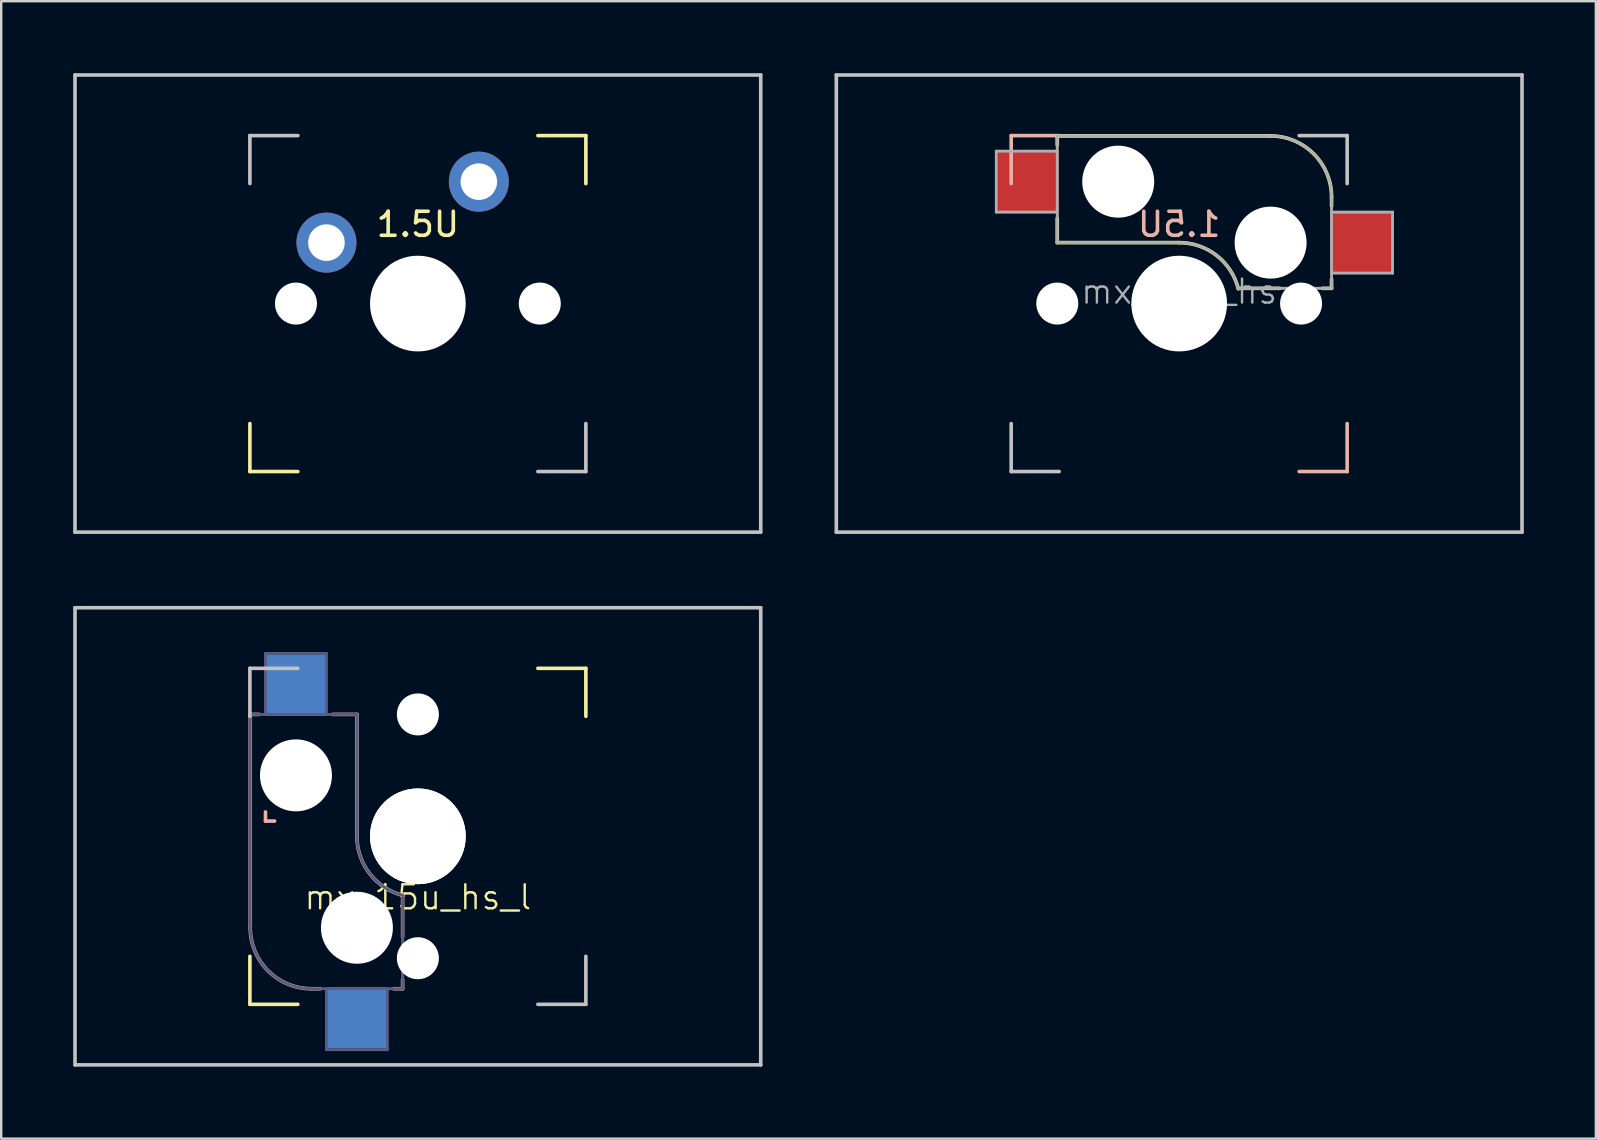
<source format=kicad_pcb>
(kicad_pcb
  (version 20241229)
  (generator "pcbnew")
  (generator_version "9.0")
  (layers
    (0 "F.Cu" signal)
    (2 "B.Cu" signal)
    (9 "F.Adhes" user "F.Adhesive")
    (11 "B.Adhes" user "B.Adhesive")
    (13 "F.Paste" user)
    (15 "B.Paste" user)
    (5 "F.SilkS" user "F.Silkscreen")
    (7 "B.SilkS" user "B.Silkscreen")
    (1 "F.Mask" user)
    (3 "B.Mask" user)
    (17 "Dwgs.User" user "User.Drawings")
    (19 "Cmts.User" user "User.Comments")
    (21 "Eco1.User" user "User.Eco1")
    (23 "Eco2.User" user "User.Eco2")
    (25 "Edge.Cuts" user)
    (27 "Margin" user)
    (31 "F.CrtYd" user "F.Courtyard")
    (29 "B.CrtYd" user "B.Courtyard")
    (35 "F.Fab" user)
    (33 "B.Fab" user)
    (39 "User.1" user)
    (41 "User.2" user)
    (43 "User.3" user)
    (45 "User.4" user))
  (footprint "mx_15u"
    (layer "F.Cu")
    (at 14.363 9.6)
    (property "Reference" "mx_15u" (at 0 3.429 0) (layer "User.1") (effects (font (size 1 1) (thickness 0.15))))
    (attr through_hole)
    (fp_line (start -7 5) (end -7 7) (stroke (width 0.15) (type solid)) (layer "F.SilkS"))
    (fp_line (start -7 7) (end -5 7) (stroke (width 0.15) (type solid)) (layer "F.SilkS"))
    (fp_line (start 5 -7) (end 7 -7) (stroke (width 0.15) (type solid)) (layer "F.SilkS"))
    (fp_line (start 7 -7) (end 7 -5) (stroke (width 0.15) (type solid)) (layer "F.SilkS"))
    (fp_line (start -14.287 -9.525) (end 14.287 -9.525) (stroke (width 0.15) (type solid)) (layer "Dwgs.User"))
    (fp_line (start -14.287 9.525) (end -14.287 -9.525) (stroke (width 0.15) (type solid)) (layer "Dwgs.User"))
    (fp_line (start -14.287 9.525) (end 14.287 9.525) (stroke (width 0.15) (type solid)) (layer "Dwgs.User"))
    (fp_line (start -7 -7) (end -7 -5) (stroke (width 0.15) (type solid)) (layer "Dwgs.User"))
    (fp_line (start -5 -7) (end -7 -7) (stroke (width 0.15) (type solid)) (layer "Dwgs.User"))
    (fp_line (start 5 7) (end 7 7) (stroke (width 0.15) (type solid)) (layer "Dwgs.User"))
    (fp_line (start 7 7) (end 7 5) (stroke (width 0.15) (type solid)) (layer "Dwgs.User"))
    (fp_line (start 14.287 -9.525) (end 14.287 9.525) (stroke (width 0.15) (type solid)) (layer "Dwgs.User"))
    (fp_text user "1.5U" (at 0 -3.302 0) (layer "F.SilkS") (effects (font (size 1 1) (thickness 0.15))))
    (pad "" np_thru_hole circle (at -5.08 0 48.1) (size 1.75 1.75) (drill 1.75) (layers "*.Cu" "*.Mask"))
    (pad "" np_thru_hole circle (at 0 0) (size 3.988 3.988) (drill 3.988) (layers "*.Cu" "*.Mask"))
    (pad "" np_thru_hole circle (at 5.08 0 48.1) (size 1.75 1.75) (drill 1.75) (layers "*.Cu" "*.Mask"))
    (pad "1" thru_hole circle (at -3.81 -2.54) (size 2.5 2.5) (drill 1.524) (layers "*.Cu" "B.Mask"))
    (pad "2" thru_hole circle (at 2.54 -5.08) (size 2.5 2.5) (drill 1.524) (layers "*.Cu" "B.Mask")))
  (footprint "mx_15u_hs_l"
    (layer "F.Cu")
    (at 14.363 31.8)
    (property "Reference" "mx_15u_hs_l" (at 0 2.54 0) (unlocked yes) (layer "F.SilkS") (effects (font (size 1 1) (thickness 0.1))))
    (attr smd)
    (fp_line (start -7 5) (end -7 7) (stroke (width 0.15) (type solid)) (layer "F.SilkS"))
    (fp_line (start -7 7) (end -5 7) (stroke (width 0.15) (type solid)) (layer "F.SilkS"))
    (fp_line (start 5 -7) (end 7 -7) (stroke (width 0.15) (type solid)) (layer "F.SilkS"))
    (fp_line (start 7 -7) (end 7 -5) (stroke (width 0.15) (type solid)) (layer "F.SilkS"))
    (fp_line (start -6.985 -5.08) (end -6.604 -5.08) (stroke (width 0.15) (type solid)) (layer "B.SilkS"))
    (fp_line (start -6.985 3.81) (end -6.985 -5.08) (stroke (width 0.15) (type solid)) (layer "B.SilkS"))
    (fp_line (start -6.35 -1.016) (end -6.35 -0.635) (stroke (width 0.15) (type solid)) (layer "B.SilkS"))
    (fp_line (start -5.969 -0.635) (end -6.35 -0.635) (stroke (width 0.15) (type solid)) (layer "B.SilkS"))
    (fp_line (start -4.445 6.35) (end -4.064 6.35) (stroke (width 0.15) (type solid)) (layer "B.SilkS"))
    (fp_line (start -3.556 -5.08) (end -2.54 -5.08) (stroke (width 0.15) (type solid)) (layer "B.SilkS"))
    (fp_line (start -2.54 -5.08) (end -2.54 0) (stroke (width 0.15) (type solid)) (layer "B.SilkS"))
    (fp_line (start -1.016 6.35) (end -0.635 6.35) (stroke (width 0.15) (type solid)) (layer "B.SilkS"))
    (fp_line (start -0.635 2.464) (end -0.635 4.191) (stroke (width 0.15) (type solid)) (layer "B.SilkS"))
    (fp_line (start -0.635 5.969) (end -0.635 6.35) (stroke (width 0.15) (type solid)) (layer "B.SilkS"))
    (fp_arc (start -4.444999 6.35) (mid -6.24105 5.606051) (end -6.984999 3.81) (stroke (width 0.15) (type solid)) (layer "B.SilkS"))
    (fp_arc (start -0.616039 2.464162) (mid -2.002041 1.563147) (end -2.539999 0) (stroke (width 0.15) (type solid)) (layer "B.SilkS"))
    (fp_line (start -14.287 -9.525) (end 14.287 -9.525) (stroke (width 0.15) (type solid)) (layer "Dwgs.User"))
    (fp_line (start -14.287 9.525) (end -14.287 -9.525) (stroke (width 0.15) (type solid)) (layer "Dwgs.User"))
    (fp_line (start -14.287 9.525) (end 14.287 9.525) (stroke (width 0.15) (type solid)) (layer "Dwgs.User"))
    (fp_line (start -7 -7) (end -7 -5) (stroke (width 0.15) (type solid)) (layer "Dwgs.User"))
    (fp_line (start -5 -7) (end -7 -7) (stroke (width 0.15) (type solid)) (layer "Dwgs.User"))
    (fp_line (start 5 7) (end 7 7) (stroke (width 0.15) (type solid)) (layer "Dwgs.User"))
    (fp_line (start 7 7) (end 7 5) (stroke (width 0.15) (type solid)) (layer "Dwgs.User"))
    (fp_line (start 14.287 -9.525) (end 14.287 9.525) (stroke (width 0.15) (type solid)) (layer "Dwgs.User"))
    (fp_line (start -6.985 -5.08) (end -2.54 -5.08) (stroke (width 0.12) (type solid)) (layer "B.Fab"))
    (fp_line (start -6.985 3.81) (end -6.985 -5.08) (stroke (width 0.12) (type solid)) (layer "B.Fab"))
    (fp_line (start -6.35 -7.62) (end -3.81 -7.62) (stroke (width 0.12) (type solid)) (layer "B.Fab"))
    (fp_line (start -6.35 -5.08) (end -6.35 -7.62) (stroke (width 0.12) (type solid)) (layer "B.Fab"))
    (fp_line (start -3.81 -7.62) (end -3.81 -5.08) (stroke (width 0.12) (type solid)) (layer "B.Fab"))
    (fp_line (start -3.81 8.89) (end -3.81 6.35) (stroke (width 0.12) (type solid)) (layer "B.Fab"))
    (fp_line (start -2.54 -5.08) (end -2.54 0) (stroke (width 0.12) (type solid)) (layer "B.Fab"))
    (fp_line (start -1.27 6.35) (end -1.27 8.89) (stroke (width 0.12) (type solid)) (layer "B.Fab"))
    (fp_line (start -1.27 8.89) (end -3.81 8.89) (stroke (width 0.12) (type solid)) (layer "B.Fab"))
    (fp_line (start -0.635 6.35) (end -4.445 6.35) (stroke (width 0.12) (type solid)) (layer "B.Fab"))
    (fp_line (start -0.635 6.35) (end -0.635 2.54) (stroke (width 0.12) (type solid)) (layer "B.Fab"))
    (fp_arc (start -4.444999 6.35) (mid -6.24105 5.606051) (end -6.984999 3.81) (stroke (width 0.12) (type solid)) (layer "B.Fab"))
    (fp_arc (start -0.616039 2.464162) (mid -2.002041 1.563147) (end -2.539999 0) (stroke (width 0.12) (type solid)) (layer "B.Fab"))
    (pad "" np_thru_hole circle (at -5.08 -2.54 90) (size 3 3) (drill 3) (layers "*.Cu" "*.Mask"))
    (pad "" np_thru_hole circle (at -2.54 3.81 90) (size 3 3) (drill 3) (layers "*.Cu" "*.Mask"))
    (pad "" np_thru_hole circle (at 0 -5.08 138.1) (size 1.75 1.75) (drill 1.75) (layers "*.Cu" "*.Mask"))
    (pad "" np_thru_hole circle (at 0 0) (size 3.988 3.988) (drill 3.988) (layers "*.Cu" "*.Mask"))
    (pad "" np_thru_hole circle (at 0 0 90) (size 3.988 3.988) (drill 3.988) (layers "*.Cu" "*.Mask"))
    (pad "" np_thru_hole circle (at 0 5.08 138.1) (size 1.75 1.75) (drill 1.75) (layers "*.Cu" "*.Mask"))
    (pad "1" smd rect (at -2.54 7.56 90) (size 2.55 2.5) (layers "B.Cu" "B.Mask" "B.Paste"))
    (pad "2" smd rect (at -5.08 -6.29 90) (size 2.55 2.5) (layers "B.Cu" "B.Mask" "B.Paste")))
  (footprint "mx_15u_hs"
    (layer "F.Cu")
    (at 46.087 9.6)
    (property "Reference" "mx_15u_hs" (at 0 -0.5 0) (unlocked yes) (layer "F.Fab") (effects (font (size 1 1) (thickness 0.1))))
    (attr smd)
    (fp_line (start -5.08 -6.985) (end -5.08 -6.604) (stroke (width 0.15) (type solid)) (layer "F.SilkS"))
    (fp_line (start -5.08 -3.556) (end -5.08 -2.54) (stroke (width 0.15) (type solid)) (layer "F.SilkS"))
    (fp_line (start -5.08 -2.54) (end 0 -2.54) (stroke (width 0.15) (type solid)) (layer "F.SilkS"))
    (fp_line (start 2.464 -0.635) (end 4.191 -0.635) (stroke (width 0.15) (type solid)) (layer "F.SilkS"))
    (fp_line (start 3.81 -6.985) (end -5.08 -6.985) (stroke (width 0.15) (type solid)) (layer "F.SilkS"))
    (fp_line (start 5.969 -0.635) (end 6.35 -0.635) (stroke (width 0.15) (type solid)) (layer "F.SilkS"))
    (fp_line (start 6.35 -4.445) (end 6.35 -4.064) (stroke (width 0.15) (type solid)) (layer "F.SilkS"))
    (fp_line (start 6.35 -1.016) (end 6.35 -0.635) (stroke (width 0.15) (type solid)) (layer "F.SilkS"))
    (fp_arc (start 0 -2.539999) (mid 1.563147 -2.002041) (end 2.464162 -0.616039) (stroke (width 0.15) (type solid)) (layer "F.SilkS"))
    (fp_arc (start 3.81 -6.984999) (mid 5.606051 -6.24105) (end 6.35 -4.444999) (stroke (width 0.15) (type solid)) (layer "F.SilkS"))
    (fp_line (start -7 -7) (end -7 -5) (stroke (width 0.15) (type solid)) (layer "B.SilkS"))
    (fp_line (start -5 -7) (end -7 -7) (stroke (width 0.15) (type solid)) (layer "B.SilkS"))
    (fp_line (start 7 5) (end 7 7) (stroke (width 0.15) (type solid)) (layer "B.SilkS"))
    (fp_line (start 7 7) (end 5 7) (stroke (width 0.15) (type solid)) (layer "B.SilkS"))
    (fp_line (start -14.287 -9.525) (end -14.287 9.525) (stroke (width 0.15) (type solid)) (layer "Dwgs.User"))
    (fp_line (start -7 7) (end -7 5) (stroke (width 0.15) (type solid)) (layer "Dwgs.User"))
    (fp_line (start -5 7) (end -7 7) (stroke (width 0.15) (type solid)) (layer "Dwgs.User"))
    (fp_line (start 5 -7) (end 7 -7) (stroke (width 0.15) (type solid)) (layer "Dwgs.User"))
    (fp_line (start 7 -7) (end 7 -5) (stroke (width 0.15) (type solid)) (layer "Dwgs.User"))
    (fp_line (start 14.287 -9.525) (end -14.287 -9.525) (stroke (width 0.15) (type solid)) (layer "Dwgs.User"))
    (fp_line (start 14.287 9.525) (end -14.287 9.525) (stroke (width 0.15) (type solid)) (layer "Dwgs.User"))
    (fp_line (start 14.287 9.525) (end 14.287 -9.525) (stroke (width 0.15) (type solid)) (layer "Dwgs.User"))
    (fp_line (start -7.62 -6.35) (end -7.62 -3.81) (stroke (width 0.12) (type solid)) (layer "F.Fab"))
    (fp_line (start -7.62 -3.81) (end -5.08 -3.81) (stroke (width 0.12) (type solid)) (layer "F.Fab"))
    (fp_line (start -5.08 -6.985) (end -5.08 -2.54) (stroke (width 0.12) (type solid)) (layer "F.Fab"))
    (fp_line (start -5.08 -6.35) (end -7.62 -6.35) (stroke (width 0.12) (type solid)) (layer "F.Fab"))
    (fp_line (start -5.08 -2.54) (end 0 -2.54) (stroke (width 0.12) (type solid)) (layer "F.Fab"))
    (fp_line (start 3.81 -6.985) (end -5.08 -6.985) (stroke (width 0.12) (type solid)) (layer "F.Fab"))
    (fp_line (start 6.35 -1.27) (end 8.89 -1.27) (stroke (width 0.12) (type solid)) (layer "F.Fab"))
    (fp_line (start 6.35 -0.635) (end 2.54 -0.635) (stroke (width 0.12) (type solid)) (layer "F.Fab"))
    (fp_line (start 6.35 -0.635) (end 6.35 -4.445) (stroke (width 0.12) (type solid)) (layer "F.Fab"))
    (fp_line (start 8.89 -3.81) (end 6.35 -3.81) (stroke (width 0.12) (type solid)) (layer "F.Fab"))
    (fp_line (start 8.89 -1.27) (end 8.89 -3.81) (stroke (width 0.12) (type solid)) (layer "F.Fab"))
    (fp_arc (start 0 -2.539999) (mid 1.563147 -2.002041) (end 2.464162 -0.616039) (stroke (width 0.12) (type solid)) (layer "F.Fab"))
    (fp_arc (start 3.81 -6.984999) (mid 5.606051 -6.24105) (end 6.35 -4.444999) (stroke (width 0.12) (type solid)) (layer "F.Fab"))
    (fp_text user "1.5U" (at 0 -3.302 0) (layer "B.SilkS") (effects (font (size 1 1) (thickness 0.15)) (justify mirror)))
    (pad "" np_thru_hole circle (at -5.08 0 131.9) (size 1.75 1.75) (drill 1.75) (layers "*.Cu" "*.Mask"))
    (pad "" np_thru_hole circle (at -2.54 -5.08 180) (size 3 3) (drill 3) (layers "*.Cu" "*.Mask"))
    (pad "" np_thru_hole circle (at 0 0 180) (size 3.988 3.988) (drill 3.988) (layers "*.Cu" "*.Mask"))
    (pad "" np_thru_hole circle (at 3.81 -2.54 180) (size 3 3) (drill 3) (layers "*.Cu" "*.Mask"))
    (pad "" np_thru_hole circle (at 5.08 0 131.9) (size 1.75 1.75) (drill 1.75) (layers "*.Cu" "*.Mask"))
    (pad "1" smd rect (at 7.56 -2.54 180) (size 2.55 2.5) (layers "F.Cu" "F.Mask" "F.Paste"))
    (pad "2" smd rect (at -6.29 -5.08 180) (size 2.55 2.5) (layers "F.Cu" "F.Mask" "F.Paste")))
  (gr_rect
    (start -3 -3)
    (end 63.45 44.4)
    (stroke (width 0.1) (type default))
    (fill no)
    (layer "Edge.Cuts")))
</source>
